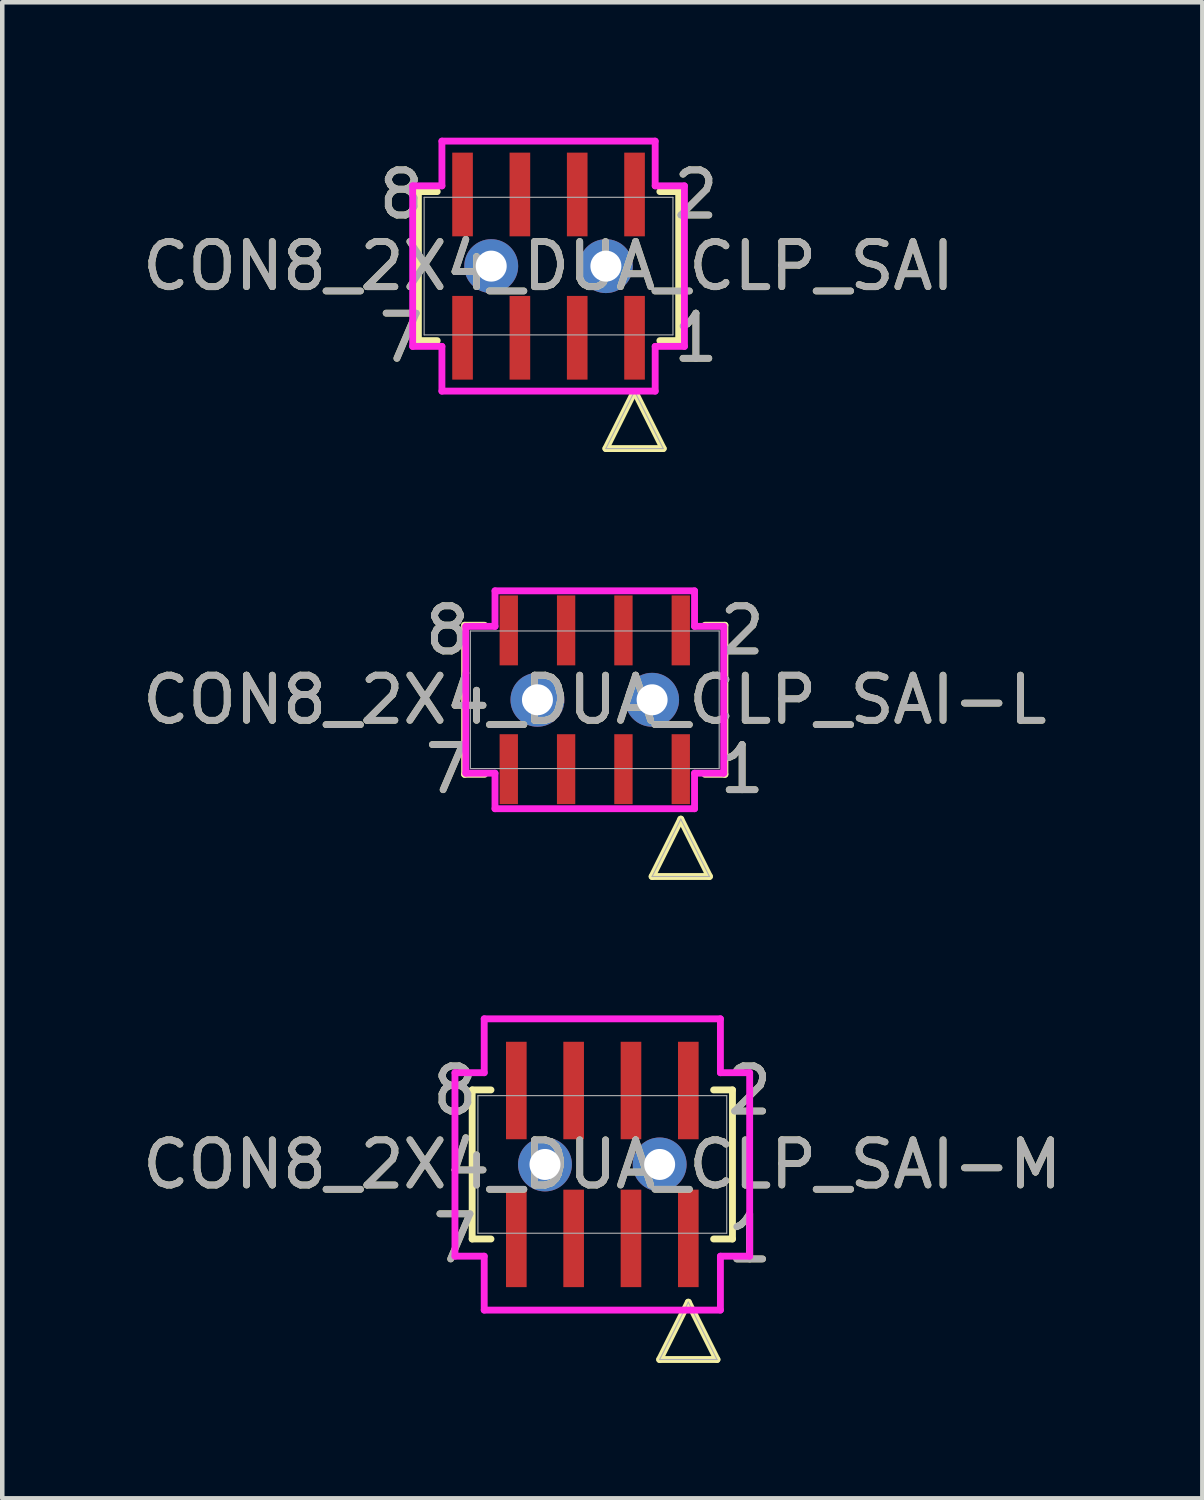
<source format=kicad_pcb>
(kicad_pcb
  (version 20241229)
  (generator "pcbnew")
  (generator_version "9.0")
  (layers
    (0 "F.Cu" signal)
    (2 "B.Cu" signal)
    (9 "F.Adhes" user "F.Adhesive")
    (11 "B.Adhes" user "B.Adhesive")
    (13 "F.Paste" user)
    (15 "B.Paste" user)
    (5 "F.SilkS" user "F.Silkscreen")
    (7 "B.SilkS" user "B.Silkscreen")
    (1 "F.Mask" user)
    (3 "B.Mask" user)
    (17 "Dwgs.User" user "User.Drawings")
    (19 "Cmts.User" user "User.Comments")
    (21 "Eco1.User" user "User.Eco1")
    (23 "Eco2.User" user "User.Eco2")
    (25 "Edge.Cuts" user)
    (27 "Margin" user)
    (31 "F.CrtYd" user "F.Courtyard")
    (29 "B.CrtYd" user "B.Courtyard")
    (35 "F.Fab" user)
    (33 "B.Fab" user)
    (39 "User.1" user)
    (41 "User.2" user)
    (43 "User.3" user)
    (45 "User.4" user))
  (footprint "CON8_2X4_DUA_CLP_SAI-M"
    (layer "F.Cu")
    (at 10.292 22.744)
    (property "Reference" "CON8_2X4_DUA_CLP_SAI-M" (at 0 0 0) (unlocked yes) (layer "F.SilkS") (effects (font (size 1 1) (thickness 0.15))))
    (attr smd)
    (fp_line (start -2.883 -1.651) (end -2.883 1.651) (stroke (width 0.152) (type solid)) (layer "F.SilkS"))
    (fp_line (start -2.883 1.651) (end -2.466 1.651) (stroke (width 0.152) (type solid)) (layer "F.SilkS"))
    (fp_line (start -2.466 -1.651) (end -2.883 -1.651) (stroke (width 0.152) (type solid)) (layer "F.SilkS"))
    (fp_line (start 1.27 4.321) (end 2.54 4.321) (stroke (width 0.152) (type solid)) (layer "F.SilkS"))
    (fp_line (start 1.905 3.051) (end 1.27 4.321) (stroke (width 0.152) (type solid)) (layer "F.SilkS"))
    (fp_line (start 2.466 1.651) (end 2.883 1.651) (stroke (width 0.152) (type solid)) (layer "F.SilkS"))
    (fp_line (start 2.54 4.321) (end 1.905 3.051) (stroke (width 0.152) (type solid)) (layer "F.SilkS"))
    (fp_line (start 2.883 -1.651) (end 2.466 -1.651) (stroke (width 0.152) (type solid)) (layer "F.SilkS"))
    (fp_line (start 2.883 1.651) (end 2.883 -1.651) (stroke (width 0.152) (type solid)) (layer "F.SilkS"))
    (fp_line (start -3.264 -2.032) (end -3.264 2.032) (stroke (width 0.152) (type solid)) (layer "F.CrtYd"))
    (fp_line (start -3.264 -2.032) (end -2.616 -2.032) (stroke (width 0.152) (type solid)) (layer "F.CrtYd"))
    (fp_line (start -2.616 -2.032) (end -2.616 -3.226) (stroke (width 0.152) (type solid)) (layer "F.CrtYd"))
    (fp_line (start -2.616 2.032) (end -3.264 2.032) (stroke (width 0.152) (type solid)) (layer "F.CrtYd"))
    (fp_line (start -2.616 3.226) (end -2.616 2.032) (stroke (width 0.152) (type solid)) (layer "F.CrtYd"))
    (fp_line (start -2.616 3.226) (end 2.616 3.226) (stroke (width 0.152) (type solid)) (layer "F.CrtYd"))
    (fp_line (start 2.616 -3.226) (end -2.616 -3.226) (stroke (width 0.152) (type solid)) (layer "F.CrtYd"))
    (fp_line (start 2.616 -3.226) (end 2.616 -2.032) (stroke (width 0.152) (type solid)) (layer "F.CrtYd"))
    (fp_line (start 2.616 -2.032) (end 3.264 -2.032) (stroke (width 0.152) (type solid)) (layer "F.CrtYd"))
    (fp_line (start 2.616 2.032) (end 2.616 3.226) (stroke (width 0.152) (type solid)) (layer "F.CrtYd"))
    (fp_line (start 3.264 -2.032) (end 3.264 2.032) (stroke (width 0.152) (type solid)) (layer "F.CrtYd"))
    (fp_line (start 3.264 2.032) (end 2.616 2.032) (stroke (width 0.152) (type solid)) (layer "F.CrtYd"))
    (fp_line (start -2.756 -1.524) (end -2.756 1.524) (stroke (width 0.025) (type solid)) (layer "F.Fab"))
    (fp_line (start -2.756 1.524) (end 2.756 1.524) (stroke (width 0.025) (type solid)) (layer "F.Fab"))
    (fp_line (start 1.27 4.321) (end 2.54 4.321) (stroke (width 0.025) (type solid)) (layer "F.Fab"))
    (fp_line (start 1.905 3.051) (end 1.27 4.321) (stroke (width 0.025) (type solid)) (layer "F.Fab"))
    (fp_line (start 2.54 4.321) (end 1.905 3.051) (stroke (width 0.025) (type solid)) (layer "F.Fab"))
    (fp_line (start 2.756 -1.524) (end -2.756 -1.524) (stroke (width 0.025) (type solid)) (layer "F.Fab"))
    (fp_line (start 2.756 1.524) (end 2.756 -1.524) (stroke (width 0.025) (type solid)) (layer "F.Fab"))
    (fp_text user "7" (at -3.264 1.638 0) (unlocked yes) (layer "F.SilkS") (effects (font (size 1 1) (thickness 0.15))))
    (fp_text user "1" (at 3.264 1.638 0) (unlocked yes) (layer "F.SilkS") (effects (font (size 1 1) (thickness 0.15))))
    (fp_text user "2" (at 3.264 -1.638 0) (unlocked yes) (layer "F.SilkS") (effects (font (size 1 1) (thickness 0.15))))
    (fp_text user "8" (at -3.264 -1.638 0) (unlocked yes) (layer "F.SilkS") (effects (font (size 1 1) (thickness 0.15))))
    (fp_text user "1" (at 3.264 1.638 0) (unlocked yes) (layer "F.Fab") (effects (font (size 1 1) (thickness 0.15))))
    (fp_text user "2" (at 3.264 -1.638 0) (unlocked yes) (layer "F.Fab") (effects (font (size 1 1) (thickness 0.15))))
    (fp_text user "7" (at -3.264 1.638 0) (unlocked yes) (layer "F.Fab") (effects (font (size 1 1) (thickness 0.15))))
    (fp_text user "${REFERENCE}" (at 0 0 0) (unlocked yes) (layer "F.Fab") (effects (font (size 1 1) (thickness 0.15))))
    (fp_text user "8" (at -3.264 -1.638 0) (unlocked yes) (layer "F.Fab") (effects (font (size 1 1) (thickness 0.15))))
    (pad "1" smd rect (at 1.905 1.638) (size 0.457 2.159) (layers "F.Cu" "F.Mask" "F.Paste"))
    (pad "2" smd rect (at 1.905 -1.638) (size 0.457 2.159) (layers "F.Cu" "F.Mask" "F.Paste"))
    (pad "3" smd rect (at 0.635 1.638) (size 0.457 2.159) (layers "F.Cu" "F.Mask" "F.Paste"))
    (pad "4" smd rect (at 0.635 -1.638) (size 0.457 2.159) (layers "F.Cu" "F.Mask" "F.Paste"))
    (pad "5" smd rect (at -0.635 1.638) (size 0.457 2.159) (layers "F.Cu" "F.Mask" "F.Paste"))
    (pad "6" smd rect (at -0.635 -1.638) (size 0.457 2.159) (layers "F.Cu" "F.Mask" "F.Paste"))
    (pad "7" smd rect (at -1.905 1.638) (size 0.457 2.159) (layers "F.Cu" "F.Mask" "F.Paste"))
    (pad "8" smd rect (at -1.905 -1.638) (size 0.457 2.159) (layers "F.Cu" "F.Mask" "F.Paste"))
    (pad "9" thru_hole circle (at -1.27 0) (size 1.194 1.194) (drill 0.686) (layers "*.Cu" "*.Mask"))
    (pad "10" thru_hole circle (at 1.27 0) (size 1.194 1.194) (drill 0.686) (layers "*.Cu" "*.Mask")))
  (footprint "CON8_2X4_DUA_CLP_SAI-L"
    (layer "F.Cu")
    (at 10.125 12.451)
    (property "Reference" "CON8_2X4_DUA_CLP_SAI-L" (at 0 0 0) (unlocked yes) (layer "F.SilkS") (effects (font (size 1 1) (thickness 0.15))))
    (attr smd)
    (fp_line (start -2.883 -1.651) (end -2.883 1.651) (stroke (width 0.152) (type solid)) (layer "F.SilkS"))
    (fp_line (start -2.883 1.651) (end -2.441 1.651) (stroke (width 0.152) (type solid)) (layer "F.SilkS"))
    (fp_line (start -2.441 -1.651) (end -2.883 -1.651) (stroke (width 0.152) (type solid)) (layer "F.SilkS"))
    (fp_line (start 1.27 3.914) (end 2.54 3.914) (stroke (width 0.152) (type solid)) (layer "F.SilkS"))
    (fp_line (start 1.905 2.644) (end 1.27 3.914) (stroke (width 0.152) (type solid)) (layer "F.SilkS"))
    (fp_line (start 2.441 1.651) (end 2.883 1.651) (stroke (width 0.152) (type solid)) (layer "F.SilkS"))
    (fp_line (start 2.54 3.914) (end 1.905 2.644) (stroke (width 0.152) (type solid)) (layer "F.SilkS"))
    (fp_line (start 2.883 -1.651) (end 2.441 -1.651) (stroke (width 0.152) (type solid)) (layer "F.SilkS"))
    (fp_line (start 2.883 1.651) (end 2.883 -1.651) (stroke (width 0.152) (type solid)) (layer "F.SilkS"))
    (fp_line (start -2.857 -1.626) (end -2.857 1.626) (stroke (width 0.152) (type solid)) (layer "F.CrtYd"))
    (fp_line (start -2.857 -1.626) (end -2.21 -1.626) (stroke (width 0.152) (type solid)) (layer "F.CrtYd"))
    (fp_line (start -2.21 -1.626) (end -2.21 -2.413) (stroke (width 0.152) (type solid)) (layer "F.CrtYd"))
    (fp_line (start -2.21 1.626) (end -2.857 1.626) (stroke (width 0.152) (type solid)) (layer "F.CrtYd"))
    (fp_line (start -2.21 2.413) (end -2.21 1.626) (stroke (width 0.152) (type solid)) (layer "F.CrtYd"))
    (fp_line (start -2.21 2.413) (end 2.21 2.413) (stroke (width 0.152) (type solid)) (layer "F.CrtYd"))
    (fp_line (start 2.21 -2.413) (end -2.21 -2.413) (stroke (width 0.152) (type solid)) (layer "F.CrtYd"))
    (fp_line (start 2.21 -2.413) (end 2.21 -1.626) (stroke (width 0.152) (type solid)) (layer "F.CrtYd"))
    (fp_line (start 2.21 -1.626) (end 2.857 -1.626) (stroke (width 0.152) (type solid)) (layer "F.CrtYd"))
    (fp_line (start 2.21 1.626) (end 2.21 2.413) (stroke (width 0.152) (type solid)) (layer "F.CrtYd"))
    (fp_line (start 2.857 -1.626) (end 2.857 1.626) (stroke (width 0.152) (type solid)) (layer "F.CrtYd"))
    (fp_line (start 2.857 1.626) (end 2.21 1.626) (stroke (width 0.152) (type solid)) (layer "F.CrtYd"))
    (fp_line (start -2.756 -1.524) (end -2.756 1.524) (stroke (width 0.025) (type solid)) (layer "F.Fab"))
    (fp_line (start -2.756 1.524) (end 2.756 1.524) (stroke (width 0.025) (type solid)) (layer "F.Fab"))
    (fp_line (start 1.27 3.914) (end 2.54 3.914) (stroke (width 0.025) (type solid)) (layer "F.Fab"))
    (fp_line (start 1.905 2.644) (end 1.27 3.914) (stroke (width 0.025) (type solid)) (layer "F.Fab"))
    (fp_line (start 2.54 3.914) (end 1.905 2.644) (stroke (width 0.025) (type solid)) (layer "F.Fab"))
    (fp_line (start 2.756 -1.524) (end -2.756 -1.524) (stroke (width 0.025) (type solid)) (layer "F.Fab"))
    (fp_line (start 2.756 1.524) (end 2.756 -1.524) (stroke (width 0.025) (type solid)) (layer "F.Fab"))
    (fp_text user "2" (at 3.264 -1.537 0) (unlocked yes) (layer "F.SilkS") (effects (font (size 1 1) (thickness 0.15))))
    (fp_text user "1" (at 3.264 1.537 0) (unlocked yes) (layer "F.SilkS") (effects (font (size 1 1) (thickness 0.15))))
    (fp_text user "8" (at -3.264 -1.537 0) (unlocked yes) (layer "F.SilkS") (effects (font (size 1 1) (thickness 0.15))))
    (fp_text user "7" (at -3.264 1.537 0) (unlocked yes) (layer "F.SilkS") (effects (font (size 1 1) (thickness 0.15))))
    (fp_text user "2" (at 3.264 -1.537 0) (unlocked yes) (layer "F.Fab") (effects (font (size 1 1) (thickness 0.15))))
    (fp_text user "8" (at -3.264 -1.537 0) (unlocked yes) (layer "F.Fab") (effects (font (size 1 1) (thickness 0.15))))
    (fp_text user "1" (at 3.264 1.537 0) (unlocked yes) (layer "F.Fab") (effects (font (size 1 1) (thickness 0.15))))
    (fp_text user "${REFERENCE}" (at 0 0 0) (unlocked yes) (layer "F.Fab") (effects (font (size 1 1) (thickness 0.15))))
    (fp_text user "7" (at -3.264 1.537 0) (unlocked yes) (layer "F.Fab") (effects (font (size 1 1) (thickness 0.15))))
    (pad "1" smd rect (at 1.905 1.537) (size 0.406 1.549) (layers "F.Cu" "F.Mask" "F.Paste"))
    (pad "2" smd rect (at 1.905 -1.537) (size 0.406 1.549) (layers "F.Cu" "F.Mask" "F.Paste"))
    (pad "3" smd rect (at 0.635 1.537) (size 0.406 1.549) (layers "F.Cu" "F.Mask" "F.Paste"))
    (pad "4" smd rect (at 0.635 -1.537) (size 0.406 1.549) (layers "F.Cu" "F.Mask" "F.Paste"))
    (pad "5" smd rect (at -0.635 1.537) (size 0.406 1.549) (layers "F.Cu" "F.Mask" "F.Paste"))
    (pad "6" smd rect (at -0.635 -1.537) (size 0.406 1.549) (layers "F.Cu" "F.Mask" "F.Paste"))
    (pad "7" smd rect (at -1.905 1.537) (size 0.406 1.549) (layers "F.Cu" "F.Mask" "F.Paste"))
    (pad "8" smd rect (at -1.905 -1.537) (size 0.406 1.549) (layers "F.Cu" "F.Mask" "F.Paste"))
    (pad "9" thru_hole circle (at -1.27 0) (size 1.194 1.194) (drill 0.686) (layers "*.Cu" "*.Mask"))
    (pad "10" thru_hole circle (at 1.27 0) (size 1.194 1.194) (drill 0.686) (layers "*.Cu" "*.Mask")))
  (footprint "CON8_2X4_DUA_CLP_SAI"
    (layer "F.Cu")
    (at 9.101 2.845)
    (property "Reference" "CON8_2X4_DUA_CLP_SAI" (at 0 0 0) (unlocked yes) (layer "F.SilkS") (effects (font (size 1 1) (thickness 0.15))))
    (attr smd)
    (fp_line (start -2.883 -1.651) (end -2.883 1.651) (stroke (width 0.152) (type solid)) (layer "F.SilkS"))
    (fp_line (start -2.883 1.651) (end -2.466 1.651) (stroke (width 0.152) (type solid)) (layer "F.SilkS"))
    (fp_line (start -2.466 -1.651) (end -2.883 -1.651) (stroke (width 0.152) (type solid)) (layer "F.SilkS"))
    (fp_line (start 1.27 4.041) (end 2.54 4.041) (stroke (width 0.152) (type solid)) (layer "F.SilkS"))
    (fp_line (start 1.867 2.847) (end 1.27 4.041) (stroke (width 0.152) (type solid)) (layer "F.SilkS"))
    (fp_line (start 2.466 1.651) (end 2.883 1.651) (stroke (width 0.152) (type solid)) (layer "F.SilkS"))
    (fp_line (start 2.54 4.041) (end 1.943 2.847) (stroke (width 0.152) (type solid)) (layer "F.SilkS"))
    (fp_line (start 2.883 -1.651) (end 2.466 -1.651) (stroke (width 0.152) (type solid)) (layer "F.SilkS"))
    (fp_line (start 2.883 1.651) (end 2.883 -1.651) (stroke (width 0.152) (type solid)) (layer "F.SilkS"))
    (fp_line (start -3.01 -1.778) (end -3.01 1.778) (stroke (width 0.152) (type solid)) (layer "F.CrtYd"))
    (fp_line (start -3.01 -1.778) (end -2.362 -1.778) (stroke (width 0.152) (type solid)) (layer "F.CrtYd"))
    (fp_line (start -2.362 -1.778) (end -2.362 -2.769) (stroke (width 0.152) (type solid)) (layer "F.CrtYd"))
    (fp_line (start -2.362 1.778) (end -3.01 1.778) (stroke (width 0.152) (type solid)) (layer "F.CrtYd"))
    (fp_line (start -2.362 2.769) (end -2.362 1.778) (stroke (width 0.152) (type solid)) (layer "F.CrtYd"))
    (fp_line (start -2.362 2.769) (end 2.362 2.769) (stroke (width 0.152) (type solid)) (layer "F.CrtYd"))
    (fp_line (start 2.362 -2.769) (end -2.362 -2.769) (stroke (width 0.152) (type solid)) (layer "F.CrtYd"))
    (fp_line (start 2.362 -2.769) (end 2.362 -1.778) (stroke (width 0.152) (type solid)) (layer "F.CrtYd"))
    (fp_line (start 2.362 -1.778) (end 3.01 -1.778) (stroke (width 0.152) (type solid)) (layer "F.CrtYd"))
    (fp_line (start 2.362 1.778) (end 2.362 2.769) (stroke (width 0.152) (type solid)) (layer "F.CrtYd"))
    (fp_line (start 3.01 -1.778) (end 3.01 1.778) (stroke (width 0.152) (type solid)) (layer "F.CrtYd"))
    (fp_line (start 3.01 1.778) (end 2.362 1.778) (stroke (width 0.152) (type solid)) (layer "F.CrtYd"))
    (fp_line (start -2.756 -1.524) (end -2.756 1.524) (stroke (width 0.025) (type solid)) (layer "F.Fab"))
    (fp_line (start -2.756 1.524) (end 2.756 1.524) (stroke (width 0.025) (type solid)) (layer "F.Fab"))
    (fp_line (start 1.27 4.041) (end 2.54 4.041) (stroke (width 0.025) (type solid)) (layer "F.Fab"))
    (fp_line (start 1.905 2.771) (end 1.27 4.041) (stroke (width 0.025) (type solid)) (layer "F.Fab"))
    (fp_line (start 2.54 4.041) (end 1.905 2.771) (stroke (width 0.025) (type solid)) (layer "F.Fab"))
    (fp_line (start 2.756 -1.524) (end -2.756 -1.524) (stroke (width 0.025) (type solid)) (layer "F.Fab"))
    (fp_line (start 2.756 1.524) (end 2.756 -1.524) (stroke (width 0.025) (type solid)) (layer "F.Fab"))
    (fp_text user "7" (at -3.264 1.587 0) (unlocked yes) (layer "F.SilkS") (effects (font (size 1 1) (thickness 0.15))))
    (fp_text user "1" (at 3.264 1.587 0) (unlocked yes) (layer "F.SilkS") (effects (font (size 1 1) (thickness 0.15))))
    (fp_text user "2" (at 3.264 -1.587 0) (unlocked yes) (layer "F.SilkS") (effects (font (size 1 1) (thickness 0.15))))
    (fp_text user "8" (at -3.264 -1.587 0) (unlocked yes) (layer "F.SilkS") (effects (font (size 1 1) (thickness 0.15))))
    (fp_text user "7" (at -3.264 1.587 0) (unlocked yes) (layer "F.Fab") (effects (font (size 1 1) (thickness 0.15))))
    (fp_text user "1" (at 3.264 1.587 0) (unlocked yes) (layer "F.Fab") (effects (font (size 1 1) (thickness 0.15))))
    (fp_text user "${REFERENCE}" (at 0 0 0) (unlocked yes) (layer "F.Fab") (effects (font (size 1 1) (thickness 0.15))))
    (fp_text user "8" (at -3.264 -1.587 0) (unlocked yes) (layer "F.Fab") (effects (font (size 1 1) (thickness 0.15))))
    (fp_text user "2" (at 3.264 -1.587 0) (unlocked yes) (layer "F.Fab") (effects (font (size 1 1) (thickness 0.15))))
    (pad "1" smd rect (at 1.905 1.587) (size 0.457 1.854) (layers "F.Cu" "F.Mask" "F.Paste"))
    (pad "2" smd rect (at 1.905 -1.587) (size 0.457 1.854) (layers "F.Cu" "F.Mask" "F.Paste"))
    (pad "3" smd rect (at 0.635 1.587) (size 0.457 1.854) (layers "F.Cu" "F.Mask" "F.Paste"))
    (pad "4" smd rect (at 0.635 -1.587) (size 0.457 1.854) (layers "F.Cu" "F.Mask" "F.Paste"))
    (pad "5" smd rect (at -0.635 1.587) (size 0.457 1.854) (layers "F.Cu" "F.Mask" "F.Paste"))
    (pad "6" smd rect (at -0.635 -1.587) (size 0.457 1.854) (layers "F.Cu" "F.Mask" "F.Paste"))
    (pad "7" smd rect (at -1.905 1.587) (size 0.457 1.854) (layers "F.Cu" "F.Mask" "F.Paste"))
    (pad "8" smd rect (at -1.905 -1.587) (size 0.457 1.854) (layers "F.Cu" "F.Mask" "F.Paste"))
    (pad "9" thru_hole circle (at -1.27 0) (size 1.194 1.194) (drill 0.686) (layers "*.Cu" "*.Mask"))
    (pad "10" thru_hole circle (at 1.27 0) (size 1.194 1.194) (drill 0.686) (layers "*.Cu" "*.Mask")))
  (gr_rect
    (start -3 -3)
    (end 23.583 30.14)
    (stroke (width 0.1) (type default))
    (fill no)
    (layer "Edge.Cuts")))
</source>
